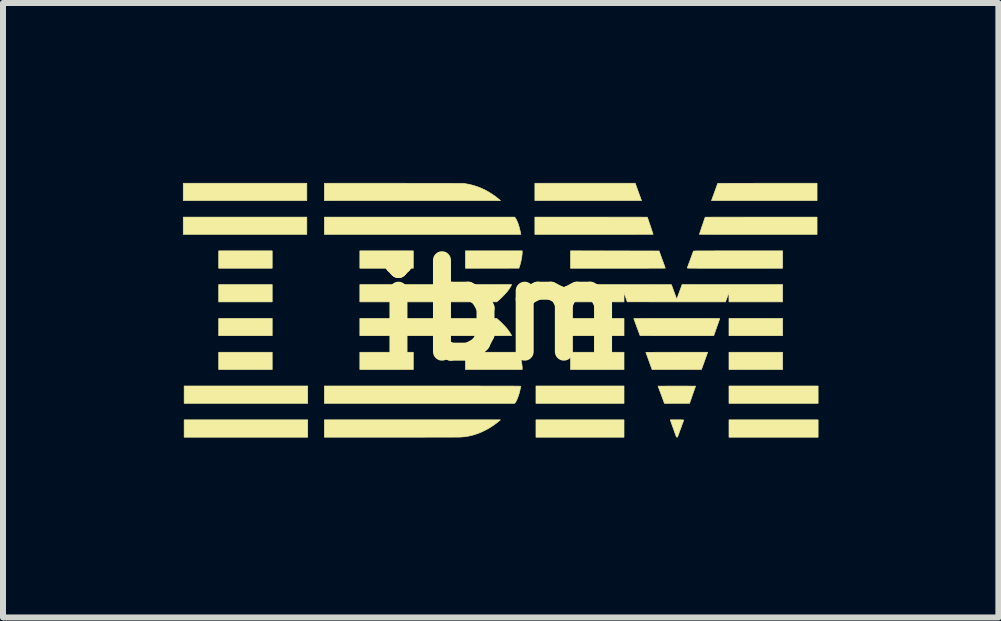
<source format=kicad_pcb>
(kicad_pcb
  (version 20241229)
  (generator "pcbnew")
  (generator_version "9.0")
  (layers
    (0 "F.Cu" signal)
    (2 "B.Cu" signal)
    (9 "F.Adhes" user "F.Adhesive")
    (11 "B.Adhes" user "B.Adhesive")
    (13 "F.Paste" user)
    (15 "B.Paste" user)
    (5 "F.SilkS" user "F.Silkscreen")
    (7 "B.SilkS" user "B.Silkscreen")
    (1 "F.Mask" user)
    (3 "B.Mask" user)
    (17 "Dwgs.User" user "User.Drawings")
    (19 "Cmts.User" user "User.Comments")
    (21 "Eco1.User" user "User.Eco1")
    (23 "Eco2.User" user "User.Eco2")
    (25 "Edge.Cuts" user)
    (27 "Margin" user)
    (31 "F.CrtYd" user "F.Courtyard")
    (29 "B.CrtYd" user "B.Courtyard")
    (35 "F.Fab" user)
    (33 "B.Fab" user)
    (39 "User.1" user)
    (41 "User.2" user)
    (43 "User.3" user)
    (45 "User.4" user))
  (footprint "ibm"
    (layer "F.Cu")
    (at 5.298 2.123)
    (property "Reference" "ibm" (at 0 0 0) (layer "F.SilkS") (effects (font (size 1.524 1.524) (thickness 0.3))))
    (attr through_hole)
    (fp_poly (pts (xy -3.81 -0.701) (xy -4.702 -0.701) (xy -4.702 -0.991) (xy -3.81 -0.991) (xy -3.81 -0.701)) (stroke (width 0.01) (type solid)) (fill yes) (layer "F.SilkS"))
    (fp_poly (pts (xy -3.81 -0.14) (xy -4.702 -0.14) (xy -4.702 -0.429) (xy -3.81 -0.429) (xy -3.81 -0.14)) (stroke (width 0.01) (type solid)) (fill yes) (layer "F.SilkS"))
    (fp_poly (pts (xy -3.81 0.424) (xy -4.702 0.424) (xy -4.702 0.135) (xy -3.81 0.135) (xy -3.81 0.424)) (stroke (width 0.01) (type solid)) (fill yes) (layer "F.SilkS"))
    (fp_poly (pts (xy -3.81 0.988) (xy -4.702 0.988) (xy -4.702 0.699) (xy -3.81 0.699) (xy -3.81 0.988)) (stroke (width 0.01) (type solid)) (fill yes) (layer "F.SilkS"))
    (fp_poly (pts (xy -3.233 -1.829) (xy -5.293 -1.829) (xy -5.293 -2.118) (xy -3.233 -2.118) (xy -3.233 -1.829)) (stroke (width 0.01) (type solid)) (fill yes) (layer "F.SilkS"))
    (fp_poly (pts (xy -3.233 -1.265) (xy -5.293 -1.265) (xy -5.293 -1.554) (xy -3.233 -1.554) (xy -3.233 -1.265)) (stroke (width 0.01) (type solid)) (fill yes) (layer "F.SilkS"))
    (fp_poly (pts (xy -3.218 1.552) (xy -5.278 1.552) (xy -5.278 1.262) (xy -3.218 1.262) (xy -3.218 1.552)) (stroke (width 0.01) (type solid)) (fill yes) (layer "F.SilkS"))
    (fp_poly (pts (xy -3.218 2.116) (xy -5.278 2.116) (xy -5.278 1.826) (xy -3.218 1.826) (xy -3.218 2.116)) (stroke (width 0.01) (type solid)) (fill yes) (layer "F.SilkS"))
    (fp_poly (pts (xy -1.458 -0.701) (xy -2.349 -0.701) (xy -2.349 -0.991) (xy -1.458 -0.991) (xy -1.458 -0.701)) (stroke (width 0.01) (type solid)) (fill yes) (layer "F.SilkS"))
    (fp_poly (pts (xy -1.458 0.988) (xy -2.349 0.988) (xy -2.349 0.699) (xy -1.458 0.699) (xy -1.458 0.988)) (stroke (width 0.01) (type solid)) (fill yes) (layer "F.SilkS"))
    (fp_poly (pts (xy 2.055 0.424) (xy 1.163 0.424) (xy 1.163 0.135) (xy 2.055 0.135) (xy 2.055 0.424)) (stroke (width 0.01) (type solid)) (fill yes) (layer "F.SilkS"))
    (fp_poly (pts (xy 2.055 0.988) (xy 1.163 0.988) (xy 1.163 0.699) (xy 2.055 0.699) (xy 2.055 0.988)) (stroke (width 0.01) (type solid)) (fill yes) (layer "F.SilkS"))
    (fp_poly (pts (xy 2.055 1.552) (xy 0.587 1.552) (xy 0.587 1.262) (xy 2.055 1.262) (xy 2.055 1.552)) (stroke (width 0.01) (type solid)) (fill yes) (layer "F.SilkS"))
    (fp_poly (pts (xy 2.055 2.116) (xy 0.587 2.116) (xy 0.587 1.826) (xy 2.055 1.826) (xy 2.055 2.116)) (stroke (width 0.01) (type solid)) (fill yes) (layer "F.SilkS"))
    (fp_poly (pts (xy 4.699 0.424) (xy 3.805 0.424) (xy 3.805 0.135) (xy 4.699 0.135) (xy 4.699 0.424)) (stroke (width 0.01) (type solid)) (fill yes) (layer "F.SilkS"))
    (fp_poly (pts (xy 4.699 0.988) (xy 3.805 0.988) (xy 3.805 0.699) (xy 4.699 0.699) (xy 4.699 0.988)) (stroke (width 0.01) (type solid)) (fill yes) (layer "F.SilkS"))
    (fp_poly (pts (xy 5.291 1.552) (xy 3.805 1.552) (xy 3.805 1.262) (xy 5.291 1.262) (xy 5.291 1.552)) (stroke (width 0.01) (type solid)) (fill yes) (layer "F.SilkS"))
    (fp_poly (pts (xy 5.291 2.116) (xy 3.805 2.116) (xy 3.805 1.826) (xy 5.291 1.826) (xy 5.291 2.116)) (stroke (width 0.01) (type solid)) (fill yes) (layer "F.SilkS"))
    (fp_poly (pts (xy 5.273 -1.829) (xy 3.513 -1.829) (xy 3.618 -2.117) (xy 4.446 -2.118) (xy 5.273 -2.118) (xy 5.273 -1.829)) (stroke (width 0.01) (type solid)) (fill yes) (layer "F.SilkS"))
    (fp_poly (pts (xy 0.315 0.734) (xy 0.326 0.774) (xy 0.336 0.814) (xy 0.345 0.852) (xy 0.351 0.889) (xy 0.355 0.922) (xy 0.358 0.953) (xy 0.358 0.967) (xy 0.358 0.988) (xy -0.589 0.988) (xy -0.589 0.699) (xy 0.304 0.699) (xy 0.315 0.734)) (stroke (width 0.01) (type solid)) (fill yes) (layer "F.SilkS"))
    (fp_poly (pts (xy 0.358 -0.97) (xy 0.357 -0.948) (xy 0.355 -0.923) (xy 0.351 -0.895) (xy 0.346 -0.865) (xy 0.34 -0.833) (xy 0.333 -0.802) (xy 0.325 -0.772) (xy 0.317 -0.743) (xy 0.31 -0.724) (xy 0.303 -0.702) (xy -0.589 -0.701) (xy -0.589 -0.991) (xy 0.358 -0.991) (xy 0.358 -0.97)) (stroke (width 0.01) (type solid)) (fill yes) (layer "F.SilkS"))
    (fp_poly (pts (xy 1.405 -2.118) (xy 2.242 -2.118) (xy 2.287 -1.993) (xy 2.296 -1.968) (xy 2.304 -1.945) (xy 2.313 -1.922) (xy 2.32 -1.902) (xy 2.327 -1.884) (xy 2.332 -1.869) (xy 2.336 -1.857) (xy 2.339 -1.85) (xy 2.339 -1.848) (xy 2.347 -1.829) (xy 0.569 -1.829) (xy 0.569 -2.118) (xy 1.405 -2.118)) (stroke (width 0.01) (type solid)) (fill yes) (layer "F.SilkS"))
    (fp_poly (pts (xy 2.974 1.263) (xy 3.015 1.263) (xy 3.053 1.263) (xy 3.088 1.263) (xy 3.091 1.263) (xy 3.248 1.264) (xy 3.198 1.407) (xy 3.148 1.551) (xy 2.938 1.551) (xy 2.729 1.552) (xy 2.676 1.408) (xy 2.622 1.264) (xy 2.778 1.263) (xy 2.812 1.263) (xy 2.85 1.263) (xy 2.89 1.263) (xy 2.932 1.263) (xy 2.974 1.263)) (stroke (width 0.01) (type solid)) (fill yes) (layer "F.SilkS"))
    (fp_poly (pts (xy -1.354 -1.554) (xy 0.232 -1.554) (xy 0.242 -1.541) (xy 0.254 -1.523) (xy 0.266 -1.5) (xy 0.278 -1.473) (xy 0.29 -1.442) (xy 0.301 -1.409) (xy 0.307 -1.387) (xy 0.312 -1.368) (xy 0.317 -1.347) (xy 0.323 -1.325) (xy 0.327 -1.304) (xy 0.331 -1.285) (xy 0.334 -1.273) (xy 0.335 -1.265) (xy -2.941 -1.265) (xy -2.941 -1.554) (xy -1.354 -1.554)) (stroke (width 0.01) (type solid)) (fill yes) (layer "F.SilkS"))
    (fp_poly (pts (xy 0.179 -0.424) (xy 0.176 -0.417) (xy 0.171 -0.408) (xy 0.165 -0.396) (xy 0.157 -0.383) (xy 0.149 -0.369) (xy 0.14 -0.356) (xy 0.133 -0.345) (xy 0.13 -0.342) (xy 0.109 -0.314) (xy 0.084 -0.285) (xy 0.056 -0.255) (xy 0.027 -0.225) (xy -0.003 -0.196) (xy -0.033 -0.169) (xy -0.037 -0.166) (xy -0.067 -0.14) (xy -1.208 -0.14) (xy -2.349 -0.14) (xy -2.349 -0.429) (xy 0.181 -0.429) (xy 0.179 -0.424)) (stroke (width 0.01) (type solid)) (fill yes) (layer "F.SilkS"))
    (fp_poly (pts (xy 3.213 0.699) (xy 3.252 0.699) (xy 3.288 0.699) (xy 3.321 0.699) (xy 3.351 0.699) (xy 3.377 0.699) (xy 3.4 0.699) (xy 3.418 0.699) (xy 3.433 0.699) (xy 3.443 0.699) (xy 3.448 0.7) (xy 3.449 0.7) (xy 3.448 0.702) (xy 3.446 0.709) (xy 3.442 0.72) (xy 3.437 0.734) (xy 3.431 0.752) (xy 3.424 0.772) (xy 3.416 0.794) (xy 3.407 0.818) (xy 3.398 0.844) (xy 3.346 0.987) (xy 2.934 0.987) (xy 2.523 0.988) (xy 2.471 0.844) (xy 2.419 0.7) (xy 2.933 0.699) (xy 2.984 0.699) (xy 3.033 0.699) (xy 3.081 0.699) (xy 3.127 0.699) (xy 3.171 0.699) (xy 3.213 0.699)) (stroke (width 0.01) (type solid)) (fill yes) (layer "F.SilkS"))
    (fp_poly (pts (xy 1.902 -0.99) (xy 2.64 -0.989) (xy 2.691 -0.847) (xy 2.701 -0.822) (xy 2.71 -0.797) (xy 2.718 -0.775) (xy 2.725 -0.755) (xy 2.731 -0.737) (xy 2.736 -0.723) (xy 2.74 -0.712) (xy 2.742 -0.705) (xy 2.743 -0.703) (xy 2.741 -0.703) (xy 2.733 -0.703) (xy 2.721 -0.703) (xy 2.705 -0.702) (xy 2.684 -0.702) (xy 2.659 -0.702) (xy 2.63 -0.702) (xy 2.597 -0.702) (xy 2.561 -0.702) (xy 2.521 -0.702) (xy 2.479 -0.702) (xy 2.433 -0.701) (xy 2.385 -0.701) (xy 2.334 -0.701) (xy 2.28 -0.701) (xy 2.225 -0.701) (xy 2.167 -0.701) (xy 2.108 -0.701) (xy 2.047 -0.701) (xy 1.984 -0.701) (xy 1.953 -0.701) (xy 1.163 -0.701) (xy 1.163 -0.991) (xy 1.902 -0.99)) (stroke (width 0.01) (type solid)) (fill yes) (layer "F.SilkS"))
    (fp_poly (pts (xy 1.507 -1.554) (xy 2.444 -1.553) (xy 2.492 -1.411) (xy 2.501 -1.386) (xy 2.509 -1.361) (xy 2.516 -1.339) (xy 2.523 -1.319) (xy 2.529 -1.301) (xy 2.534 -1.287) (xy 2.537 -1.276) (xy 2.539 -1.269) (xy 2.54 -1.267) (xy 2.537 -1.267) (xy 2.53 -1.267) (xy 2.518 -1.267) (xy 2.501 -1.266) (xy 2.48 -1.266) (xy 2.454 -1.266) (xy 2.425 -1.266) (xy 2.391 -1.266) (xy 2.354 -1.266) (xy 2.313 -1.266) (xy 2.268 -1.266) (xy 2.22 -1.265) (xy 2.169 -1.265) (xy 2.115 -1.265) (xy 2.058 -1.265) (xy 1.999 -1.265) (xy 1.937 -1.265) (xy 1.872 -1.265) (xy 1.806 -1.265) (xy 1.737 -1.265) (xy 1.667 -1.265) (xy 1.594 -1.265) (xy 1.554 -1.265) (xy 0.569 -1.265) (xy 0.569 -1.554) (xy 1.507 -1.554)) (stroke (width 0.01) (type solid)) (fill yes) (layer "F.SilkS"))
    (fp_poly (pts (xy 2.004 -0.429) (xy 2.845 -0.428) (xy 2.889 -0.308) (xy 2.898 -0.284) (xy 2.906 -0.262) (xy 2.913 -0.242) (xy 2.92 -0.225) (xy 2.925 -0.21) (xy 2.93 -0.198) (xy 2.933 -0.19) (xy 2.934 -0.187) (xy 2.934 -0.187) (xy 2.935 -0.189) (xy 2.938 -0.195) (xy 2.942 -0.206) (xy 2.947 -0.22) (xy 2.953 -0.236) (xy 2.96 -0.256) (xy 2.968 -0.277) (xy 2.976 -0.3) (xy 2.979 -0.308) (xy 3.023 -0.429) (xy 4.699 -0.429) (xy 4.699 -0.14) (xy 3.805 -0.14) (xy 3.804 -0.217) (xy 3.804 -0.293) (xy 3.79 -0.257) (xy 3.784 -0.24) (xy 3.777 -0.221) (xy 3.769 -0.202) (xy 3.763 -0.184) (xy 3.761 -0.18) (xy 3.746 -0.14) (xy 2.928 -0.14) (xy 2.109 -0.141) (xy 2.056 -0.293) (xy 2.055 -0.216) (xy 2.055 -0.14) (xy 1.163 -0.14) (xy 1.163 -0.429) (xy 2.004 -0.429)) (stroke (width 0.01) (type solid)) (fill yes) (layer "F.SilkS"))
    (fp_poly (pts (xy 5.273 -1.265) (xy 4.293 -1.265) (xy 4.206 -1.265) (xy 4.124 -1.265) (xy 4.047 -1.265) (xy 3.975 -1.265) (xy 3.907 -1.265) (xy 3.843 -1.265) (xy 3.784 -1.265) (xy 3.73 -1.265) (xy 3.679 -1.265) (xy 3.632 -1.265) (xy 3.589 -1.265) (xy 3.55 -1.265) (xy 3.514 -1.266) (xy 3.481 -1.266) (xy 3.452 -1.266) (xy 3.426 -1.266) (xy 3.403 -1.266) (xy 3.383 -1.266) (xy 3.366 -1.266) (xy 3.351 -1.267) (xy 3.339 -1.267) (xy 3.33 -1.267) (xy 3.322 -1.267) (xy 3.317 -1.267) (xy 3.314 -1.268) (xy 3.312 -1.268) (xy 3.312 -1.268) (xy 3.313 -1.271) (xy 3.315 -1.278) (xy 3.319 -1.29) (xy 3.324 -1.304) (xy 3.33 -1.322) (xy 3.337 -1.343) (xy 3.344 -1.365) (xy 3.352 -1.39) (xy 3.36 -1.412) (xy 3.408 -1.553) (xy 4.34 -1.554) (xy 5.273 -1.554) (xy 5.273 -1.265)) (stroke (width 0.01) (type solid)) (fill yes) (layer "F.SilkS"))
    (fp_poly (pts (xy 2.966 1.826) (xy 2.988 1.826) (xy 3.006 1.826) (xy 3.02 1.827) (xy 3.031 1.827) (xy 3.039 1.827) (xy 3.044 1.828) (xy 3.048 1.828) (xy 3.049 1.829) (xy 3.05 1.83) (xy 3.05 1.831) (xy 3.049 1.835) (xy 3.046 1.843) (xy 3.042 1.854) (xy 3.037 1.869) (xy 3.03 1.886) (xy 3.023 1.905) (xy 3.016 1.926) (xy 3.008 1.948) (xy 3 1.971) (xy 2.991 1.993) (xy 2.983 2.015) (xy 2.976 2.036) (xy 2.968 2.056) (xy 2.962 2.073) (xy 2.956 2.088) (xy 2.952 2.1) (xy 2.949 2.109) (xy 2.947 2.113) (xy 2.947 2.113) (xy 2.943 2.114) (xy 2.937 2.114) (xy 2.936 2.113) (xy 2.928 2.112) (xy 2.879 1.975) (xy 2.87 1.95) (xy 2.861 1.926) (xy 2.853 1.903) (xy 2.846 1.883) (xy 2.84 1.866) (xy 2.835 1.852) (xy 2.831 1.841) (xy 2.829 1.834) (xy 2.828 1.832) (xy 2.826 1.826) (xy 2.939 1.826) (xy 2.966 1.826)) (stroke (width 0.01) (type solid)) (fill yes) (layer "F.SilkS"))
    (fp_poly (pts (xy -0.006 1.826) (xy -0.02 1.839) (xy -0.037 1.853) (xy -0.057 1.87) (xy -0.08 1.887) (xy -0.104 1.905) (xy -0.13 1.923) (xy -0.156 1.94) (xy -0.181 1.956) (xy -0.205 1.971) (xy -0.208 1.972) (xy -0.231 1.985) (xy -0.256 1.998) (xy -0.283 2.011) (xy -0.31 2.024) (xy -0.336 2.036) (xy -0.359 2.045) (xy -0.359 2.045) (xy -0.419 2.067) (xy -0.477 2.084) (xy -0.534 2.097) (xy -0.592 2.107) (xy -0.651 2.112) (xy -0.667 2.113) (xy -0.674 2.113) (xy -0.685 2.114) (xy -0.702 2.114) (xy -0.723 2.114) (xy -0.749 2.114) (xy -0.779 2.114) (xy -0.814 2.115) (xy -0.853 2.115) (xy -0.896 2.115) (xy -0.943 2.115) (xy -0.994 2.115) (xy -1.049 2.115) (xy -1.108 2.115) (xy -1.17 2.115) (xy -1.236 2.115) (xy -1.305 2.116) (xy -1.377 2.116) (xy -1.453 2.116) (xy -1.531 2.116) (xy -1.613 2.116) (xy -1.697 2.116) (xy -1.784 2.116) (xy -1.829 2.116) (xy -2.941 2.116) (xy -2.941 1.826) (xy -0.006 1.826)) (stroke (width 0.01) (type solid)) (fill yes) (layer "F.SilkS"))
    (fp_poly (pts (xy -0.04 0.159) (xy -0.027 0.171) (xy -0.01 0.186) (xy 0.007 0.203) (xy 0.026 0.221) (xy 0.044 0.24) (xy 0.062 0.258) (xy 0.078 0.275) (xy 0.091 0.29) (xy 0.101 0.301) (xy 0.114 0.317) (xy 0.127 0.335) (xy 0.14 0.354) (xy 0.153 0.372) (xy 0.163 0.389) (xy 0.171 0.403) (xy 0.172 0.404) (xy 0.176 0.413) (xy 0.179 0.419) (xy 0.18 0.423) (xy 0.18 0.423) (xy 0.178 0.423) (xy 0.17 0.423) (xy 0.158 0.423) (xy 0.141 0.423) (xy 0.12 0.423) (xy 0.094 0.423) (xy 0.065 0.423) (xy 0.031 0.423) (xy -0.007 0.424) (xy -0.048 0.424) (xy -0.093 0.424) (xy -0.142 0.424) (xy -0.193 0.424) (xy -0.248 0.424) (xy -0.305 0.424) (xy -0.366 0.424) (xy -0.429 0.424) (xy -0.495 0.424) (xy -0.562 0.424) (xy -0.632 0.424) (xy -0.705 0.424) (xy -0.779 0.424) (xy -0.854 0.424) (xy -0.932 0.424) (xy -1.01 0.424) (xy -1.085 0.424) (xy -2.349 0.424) (xy -2.349 0.135) (xy -0.069 0.135) (xy -0.04 0.159)) (stroke (width 0.01) (type solid)) (fill yes) (layer "F.SilkS"))
    (fp_poly (pts (xy -1.785 -2.118) (xy -1.693 -2.118) (xy -1.607 -2.118) (xy -1.525 -2.117) (xy -1.447 -2.117) (xy -1.375 -2.117) (xy -1.306 -2.117) (xy -1.242 -2.117) (xy -1.182 -2.117) (xy -1.126 -2.117) (xy -1.074 -2.117) (xy -1.025 -2.117) (xy -0.98 -2.117) (xy -0.939 -2.117) (xy -0.9 -2.117) (xy -0.865 -2.117) (xy -0.833 -2.116) (xy -0.803 -2.116) (xy -0.776 -2.116) (xy -0.752 -2.116) (xy -0.73 -2.116) (xy -0.711 -2.116) (xy -0.693 -2.116) (xy -0.678 -2.115) (xy -0.664 -2.115) (xy -0.652 -2.115) (xy -0.642 -2.115) (xy -0.633 -2.115) (xy -0.626 -2.114) (xy -0.619 -2.114) (xy -0.614 -2.114) (xy -0.609 -2.114) (xy -0.605 -2.113) (xy -0.602 -2.113) (xy -0.599 -2.113) (xy -0.598 -2.112) (xy -0.528 -2.1) (xy -0.46 -2.083) (xy -0.393 -2.062) (xy -0.327 -2.036) (xy -0.261 -2.005) (xy -0.196 -1.969) (xy -0.166 -1.95) (xy -0.137 -1.931) (xy -0.106 -1.91) (xy -0.076 -1.888) (xy -0.048 -1.866) (xy -0.022 -1.844) (xy -0.017 -1.84) (xy -0.004 -1.829) (xy -2.941 -1.829) (xy -2.941 -2.118) (xy -1.785 -2.118)) (stroke (width 0.01) (type solid)) (fill yes) (layer "F.SilkS"))
    (fp_poly (pts (xy -1.089 1.262) (xy -0.99 1.262) (xy -0.895 1.262) (xy -0.805 1.262) (xy -0.719 1.262) (xy -0.638 1.262) (xy -0.561 1.262) (xy -0.488 1.262) (xy -0.419 1.262) (xy -0.354 1.262) (xy -0.293 1.263) (xy -0.236 1.263) (xy -0.182 1.263) (xy -0.132 1.263) (xy -0.085 1.263) (xy -0.041 1.263) (xy -0.000299 1.263) (xy 0.037 1.263) (xy 0.072 1.263) (xy 0.104 1.263) (xy 0.133 1.263) (xy 0.16 1.263) (xy 0.184 1.263) (xy 0.206 1.263) (xy 0.226 1.264) (xy 0.243 1.264) (xy 0.259 1.264) (xy 0.273 1.264) (xy 0.285 1.264) (xy 0.295 1.264) (xy 0.304 1.264) (xy 0.311 1.265) (xy 0.317 1.265) (xy 0.322 1.265) (xy 0.326 1.265) (xy 0.329 1.266) (xy 0.332 1.266) (xy 0.333 1.266) (xy 0.334 1.266) (xy 0.334 1.267) (xy 0.334 1.267) (xy 0.333 1.271) (xy 0.332 1.279) (xy 0.33 1.289) (xy 0.329 1.293) (xy 0.322 1.326) (xy 0.314 1.36) (xy 0.305 1.392) (xy 0.295 1.423) (xy 0.285 1.452) (xy 0.274 1.479) (xy 0.264 1.502) (xy 0.253 1.522) (xy 0.243 1.537) (xy 0.239 1.542) (xy 0.231 1.552) (xy -2.941 1.552) (xy -2.941 1.262) (xy -1.193 1.262) (xy -1.089 1.262)) (stroke (width 0.01) (type solid)) (fill yes) (layer "F.SilkS"))
    (fp_poly (pts (xy 4.699 -0.701) (xy 3.904 -0.701) (xy 3.828 -0.701) (xy 3.758 -0.701) (xy 3.692 -0.701) (xy 3.631 -0.701) (xy 3.574 -0.701) (xy 3.521 -0.701) (xy 3.473 -0.701) (xy 3.429 -0.701) (xy 3.388 -0.701) (xy 3.351 -0.701) (xy 3.317 -0.701) (xy 3.287 -0.701) (xy 3.259 -0.702) (xy 3.235 -0.702) (xy 3.213 -0.702) (xy 3.194 -0.702) (xy 3.178 -0.702) (xy 3.163 -0.702) (xy 3.151 -0.702) (xy 3.141 -0.703) (xy 3.133 -0.703) (xy 3.126 -0.703) (xy 3.12 -0.703) (xy 3.116 -0.704) (xy 3.113 -0.704) (xy 3.111 -0.704) (xy 3.11 -0.705) (xy 3.11 -0.705) (xy 3.11 -0.705) (xy 3.11 -0.705) (xy 3.111 -0.708) (xy 3.113 -0.716) (xy 3.117 -0.727) (xy 3.122 -0.741) (xy 3.128 -0.757) (xy 3.135 -0.777) (xy 3.143 -0.797) (xy 3.151 -0.819) (xy 3.159 -0.841) (xy 3.167 -0.864) (xy 3.175 -0.886) (xy 3.183 -0.907) (xy 3.19 -0.927) (xy 3.197 -0.945) (xy 3.202 -0.96) (xy 3.207 -0.972) (xy 3.21 -0.981) (xy 3.212 -0.986) (xy 3.212 -0.986) (xy 3.212 -0.987) (xy 3.213 -0.987) (xy 3.214 -0.987) (xy 3.217 -0.988) (xy 3.22 -0.988) (xy 3.224 -0.988) (xy 3.23 -0.989) (xy 3.237 -0.989) (xy 3.245 -0.989) (xy 3.256 -0.989) (xy 3.268 -0.99) (xy 3.283 -0.99) (xy 3.3 -0.99) (xy 3.32 -0.99) (xy 3.342 -0.99) (xy 3.367 -0.99) (xy 3.395 -0.99) (xy 3.426 -0.99) (xy 3.461 -0.99) (xy 3.499 -0.99) (xy 3.541 -0.99) (xy 3.586 -0.991) (xy 3.636 -0.991) (xy 3.69 -0.991) (xy 3.748 -0.991) (xy 3.811 -0.991) (xy 3.879 -0.991) (xy 3.951 -0.991) (xy 4.699 -0.991) (xy 4.699 -0.701)) (stroke (width 0.01) (type solid)) (fill yes) (layer "F.SilkS"))
    (fp_poly (pts (xy 3.007 0.135) (xy 3.073 0.135) (xy 3.135 0.135) (xy 3.193 0.135) (xy 3.246 0.135) (xy 3.294 0.135) (xy 3.339 0.135) (xy 3.38 0.135) (xy 3.417 0.135) (xy 3.451 0.135) (xy 3.481 0.135) (xy 3.508 0.135) (xy 3.532 0.135) (xy 3.553 0.135) (xy 3.572 0.135) (xy 3.588 0.136) (xy 3.602 0.136) (xy 3.614 0.136) (xy 3.623 0.136) (xy 3.631 0.136) (xy 3.638 0.137) (xy 3.643 0.137) (xy 3.646 0.137) (xy 3.649 0.138) (xy 3.65 0.138) (xy 3.651 0.138) (xy 3.651 0.139) (xy 3.651 0.139) (xy 3.65 0.143) (xy 3.647 0.151) (xy 3.643 0.162) (xy 3.638 0.177) (xy 3.632 0.194) (xy 3.625 0.213) (xy 3.618 0.234) (xy 3.61 0.256) (xy 3.602 0.278) (xy 3.594 0.301) (xy 3.586 0.323) (xy 3.579 0.344) (xy 3.572 0.364) (xy 3.565 0.382) (xy 3.56 0.397) (xy 3.556 0.409) (xy 3.553 0.418) (xy 3.551 0.422) (xy 3.551 0.423) (xy 3.548 0.423) (xy 3.541 0.423) (xy 3.529 0.424) (xy 3.513 0.424) (xy 3.493 0.424) (xy 3.469 0.424) (xy 3.442 0.424) (xy 3.411 0.424) (xy 3.378 0.424) (xy 3.341 0.424) (xy 3.303 0.424) (xy 3.262 0.424) (xy 3.219 0.424) (xy 3.175 0.424) (xy 3.129 0.424) (xy 3.083 0.424) (xy 3.035 0.424) (xy 2.987 0.424) (xy 2.939 0.424) (xy 2.891 0.424) (xy 2.843 0.424) (xy 2.795 0.424) (xy 2.748 0.424) (xy 2.703 0.424) (xy 2.658 0.424) (xy 2.615 0.424) (xy 2.575 0.424) (xy 2.536 0.424) (xy 2.499 0.423) (xy 2.466 0.423) (xy 2.435 0.423) (xy 2.407 0.423) (xy 2.383 0.423) (xy 2.362 0.423) (xy 2.346 0.423) (xy 2.334 0.423) (xy 2.326 0.422) (xy 2.323 0.422) (xy 2.323 0.422) (xy 2.322 0.419) (xy 2.319 0.412) (xy 2.315 0.401) (xy 2.31 0.387) (xy 2.304 0.371) (xy 2.296 0.352) (xy 2.289 0.331) (xy 2.281 0.309) (xy 2.272 0.287) (xy 2.264 0.264) (xy 2.256 0.242) (xy 2.248 0.221) (xy 2.24 0.2) (xy 2.234 0.182) (xy 2.228 0.166) (xy 2.223 0.154) (xy 2.22 0.144) (xy 2.218 0.138) (xy 2.217 0.137) (xy 2.22 0.137) (xy 2.227 0.137) (xy 2.24 0.136) (xy 2.257 0.136) (xy 2.279 0.136) (xy 2.305 0.136) (xy 2.336 0.136) (xy 2.371 0.135) (xy 2.411 0.135) (xy 2.455 0.135) (xy 2.502 0.135) (xy 2.554 0.135) (xy 2.61 0.135) (xy 2.669 0.135) (xy 2.732 0.135) (xy 2.799 0.135) (xy 2.869 0.135) (xy 2.935 0.135) (xy 3.007 0.135)) (stroke (width 0.01) (type solid)) (fill yes) (layer "F.SilkS")))
  (gr_rect
    (start -3 -3)
    (end 13.594 7.244)
    (stroke (width 0.1) (type default))
    (fill no)
    (layer "Edge.Cuts")))
</source>
